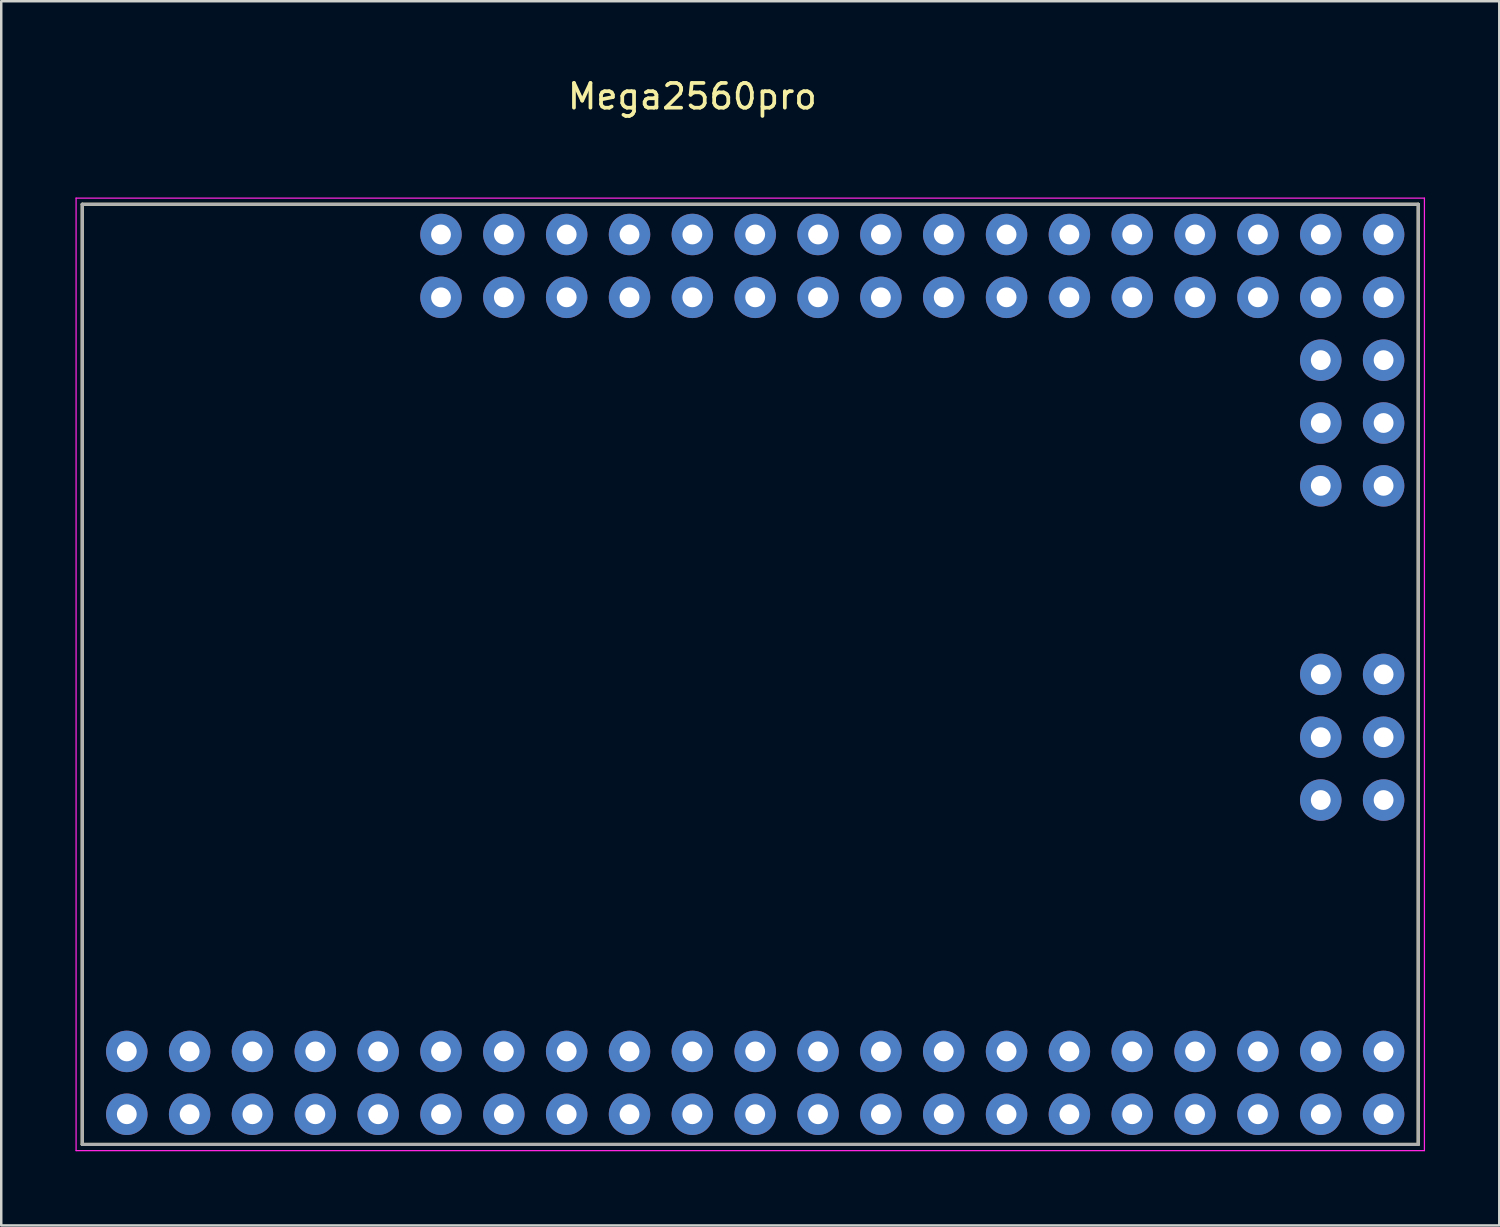
<source format=kicad_pcb>
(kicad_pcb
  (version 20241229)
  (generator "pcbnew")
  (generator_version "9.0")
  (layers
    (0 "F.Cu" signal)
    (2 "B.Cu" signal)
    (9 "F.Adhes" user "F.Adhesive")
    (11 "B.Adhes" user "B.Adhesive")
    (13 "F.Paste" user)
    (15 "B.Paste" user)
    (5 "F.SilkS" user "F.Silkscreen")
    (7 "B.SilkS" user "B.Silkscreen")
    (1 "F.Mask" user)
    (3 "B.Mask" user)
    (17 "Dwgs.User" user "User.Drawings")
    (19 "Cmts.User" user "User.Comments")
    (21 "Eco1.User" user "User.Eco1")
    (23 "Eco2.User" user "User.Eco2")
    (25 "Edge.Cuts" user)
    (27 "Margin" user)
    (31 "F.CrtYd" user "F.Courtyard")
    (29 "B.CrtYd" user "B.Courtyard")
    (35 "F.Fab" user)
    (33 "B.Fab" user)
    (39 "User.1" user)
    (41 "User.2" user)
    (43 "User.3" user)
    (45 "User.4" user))
  (footprint "Mega2560pro"
    (layer "F.Cu")
    (at 24.935 1.348)
    (property "Reference" "Mega2560pro" (at 0 -0.5 0) (unlocked yes) (layer "F.SilkS") (effects (font (size 1 1) (thickness 0.15))))
    (attr through_hole)
    (fp_line (start -24.66 3.86) (end 29.34 3.86) (stroke (width 0.127) (type solid)) (layer "F.SilkS"))
    (fp_line (start -24.66 41.86) (end -24.66 3.86) (stroke (width 0.127) (type solid)) (layer "F.SilkS"))
    (fp_line (start -24.66 41.86) (end 29.34 41.86) (stroke (width 0.127) (type solid)) (layer "F.SilkS"))
    (fp_line (start 29.34 41.86) (end 29.34 3.86) (stroke (width 0.127) (type solid)) (layer "F.SilkS"))
    (fp_line (start -24.91 3.61) (end 29.59 3.61) (stroke (width 0.05) (type solid)) (layer "F.CrtYd"))
    (fp_line (start -24.91 42.11) (end -24.91 3.61) (stroke (width 0.05) (type solid)) (layer "F.CrtYd"))
    (fp_line (start 29.59 3.61) (end 29.59 42.11) (stroke (width 0.05) (type solid)) (layer "F.CrtYd"))
    (fp_line (start 29.59 42.11) (end -24.91 42.11) (stroke (width 0.05) (type solid)) (layer "F.CrtYd"))
    (fp_line (start -24.66 3.86) (end 29.34 3.86) (stroke (width 0.127) (type solid)) (layer "F.Fab"))
    (fp_line (start -24.66 41.86) (end -24.66 3.86) (stroke (width 0.127) (type solid)) (layer "F.Fab"))
    (fp_line (start -24.66 41.86) (end 29.34 41.86) (stroke (width 0.127) (type solid)) (layer "F.Fab"))
    (fp_line (start 29.34 41.86) (end 29.34 3.86) (stroke (width 0.127) (type solid)) (layer "F.Fab"))
    (pad "3V3_1" thru_hole circle (at -15.24 40.64) (size 1.676 1.676) (drill 0.8) (layers "*.Cu" "*.Mask"))
    (pad "3V3_2" thru_hole circle (at -15.24 38.1) (size 1.676 1.676) (drill 0.8) (layers "*.Cu" "*.Mask"))
    (pad "5V_1" thru_hole circle (at -17.78 40.64) (size 1.676 1.676) (drill 0.8) (layers "*.Cu" "*.Mask"))
    (pad "5V_2" thru_hole circle (at -17.78 38.1) (size 1.676 1.676) (drill 0.8) (layers "*.Cu" "*.Mask"))
    (pad "5V_3" thru_hole circle (at 27.94 22.86) (size 1.676 1.676) (drill 0.8) (layers "*.Cu" "*.Mask"))
    (pad "A0" thru_hole circle (at -10.16 5.08) (size 1.676 1.676) (drill 0.8) (layers "*.Cu" "*.Mask"))
    (pad "A1" thru_hole circle (at -10.16 7.62) (size 1.676 1.676) (drill 0.8) (layers "*.Cu" "*.Mask"))
    (pad "A2" thru_hole circle (at -7.62 5.08) (size 1.676 1.676) (drill 0.8) (layers "*.Cu" "*.Mask"))
    (pad "A3" thru_hole circle (at -7.62 7.62) (size 1.676 1.676) (drill 0.8) (layers "*.Cu" "*.Mask"))
    (pad "A4" thru_hole circle (at -5.08 5.08) (size 1.676 1.676) (drill 0.8) (layers "*.Cu" "*.Mask"))
    (pad "A5" thru_hole circle (at -5.08 7.62) (size 1.676 1.676) (drill 0.8) (layers "*.Cu" "*.Mask"))
    (pad "A6" thru_hole circle (at -2.54 5.08) (size 1.676 1.676) (drill 0.8) (layers "*.Cu" "*.Mask"))
    (pad "A7" thru_hole circle (at -2.54 7.62) (size 1.676 1.676) (drill 0.8) (layers "*.Cu" "*.Mask"))
    (pad "A8" thru_hole circle (at 0 5.08) (size 1.676 1.676) (drill 0.8) (layers "*.Cu" "*.Mask"))
    (pad "A9" thru_hole circle (at 0 7.62) (size 1.676 1.676) (drill 0.8) (layers "*.Cu" "*.Mask"))
    (pad "A10" thru_hole circle (at 2.54 5.08) (size 1.676 1.676) (drill 0.8) (layers "*.Cu" "*.Mask"))
    (pad "A11" thru_hole circle (at 2.54 7.62) (size 1.676 1.676) (drill 0.8) (layers "*.Cu" "*.Mask"))
    (pad "A12" thru_hole circle (at 5.08 5.08) (size 1.676 1.676) (drill 0.8) (layers "*.Cu" "*.Mask"))
    (pad "A13" thru_hole circle (at 5.08 7.62) (size 1.676 1.676) (drill 0.8) (layers "*.Cu" "*.Mask"))
    (pad "A14" thru_hole circle (at 7.62 5.08) (size 1.676 1.676) (drill 0.8) (layers "*.Cu" "*.Mask"))
    (pad "A15" thru_hole circle (at 7.62 7.62) (size 1.676 1.676) (drill 0.8) (layers "*.Cu" "*.Mask"))
    (pad "AREF" thru_hole circle (at -12.7 38.1) (size 1.676 1.676) (drill 0.8) (layers "*.Cu" "*.Mask"))
    (pad "D2" thru_hole circle (at -7.62 38.1) (size 1.676 1.676) (drill 0.8) (layers "*.Cu" "*.Mask"))
    (pad "D3" thru_hole circle (at -7.62 40.64) (size 1.676 1.676) (drill 0.8) (layers "*.Cu" "*.Mask"))
    (pad "D4" thru_hole circle (at -5.08 38.1) (size 1.676 1.676) (drill 0.8) (layers "*.Cu" "*.Mask"))
    (pad "D5" thru_hole circle (at -5.08 40.64) (size 1.676 1.676) (drill 0.8) (layers "*.Cu" "*.Mask"))
    (pad "D6" thru_hole circle (at -2.54 38.1) (size 1.676 1.676) (drill 0.8) (layers "*.Cu" "*.Mask"))
    (pad "D7" thru_hole circle (at -2.54 40.64) (size 1.676 1.676) (drill 0.8) (layers "*.Cu" "*.Mask"))
    (pad "D8" thru_hole circle (at 0 38.1) (size 1.676 1.676) (drill 0.8) (layers "*.Cu" "*.Mask"))
    (pad "D9" thru_hole circle (at 0 40.64) (size 1.676 1.676) (drill 0.8) (layers "*.Cu" "*.Mask"))
    (pad "D10" thru_hole circle (at 2.54 38.1) (size 1.676 1.676) (drill 0.8) (layers "*.Cu" "*.Mask"))
    (pad "D11" thru_hole circle (at 2.54 40.64) (size 1.676 1.676) (drill 0.8) (layers "*.Cu" "*.Mask"))
    (pad "D12" thru_hole circle (at 5.08 38.1) (size 1.676 1.676) (drill 0.8) (layers "*.Cu" "*.Mask"))
    (pad "D13" thru_hole circle (at 5.08 40.64) (size 1.676 1.676) (drill 0.8) (layers "*.Cu" "*.Mask"))
    (pad "D14" thru_hole circle (at 7.62 38.1) (size 1.676 1.676) (drill 0.8) (layers "*.Cu" "*.Mask"))
    (pad "D15" thru_hole circle (at 7.62 40.64) (size 1.676 1.676) (drill 0.8) (layers "*.Cu" "*.Mask"))
    (pad "D16" thru_hole circle (at 10.16 38.1) (size 1.676 1.676) (drill 0.8) (layers "*.Cu" "*.Mask"))
    (pad "D17" thru_hole circle (at 10.16 40.64) (size 1.676 1.676) (drill 0.8) (layers "*.Cu" "*.Mask"))
    (pad "D18" thru_hole circle (at 12.7 38.1) (size 1.676 1.676) (drill 0.8) (layers "*.Cu" "*.Mask"))
    (pad "D19" thru_hole circle (at 12.7 40.64) (size 1.676 1.676) (drill 0.8) (layers "*.Cu" "*.Mask"))
    (pad "D20" thru_hole circle (at 15.24 38.1) (size 1.676 1.676) (drill 0.8) (layers "*.Cu" "*.Mask"))
    (pad "D21" thru_hole circle (at 15.24 40.64) (size 1.676 1.676) (drill 0.8) (layers "*.Cu" "*.Mask"))
    (pad "D22" thru_hole circle (at 17.78 38.1) (size 1.676 1.676) (drill 0.8) (layers "*.Cu" "*.Mask"))
    (pad "D23" thru_hole circle (at 17.78 40.64) (size 1.676 1.676) (drill 0.8) (layers "*.Cu" "*.Mask"))
    (pad "D24" thru_hole circle (at 20.32 38.1) (size 1.676 1.676) (drill 0.8) (layers "*.Cu" "*.Mask"))
    (pad "D25" thru_hole circle (at 20.32 40.64) (size 1.676 1.676) (drill 0.8) (layers "*.Cu" "*.Mask"))
    (pad "D26" thru_hole circle (at 22.86 38.1) (size 1.676 1.676) (drill 0.8) (layers "*.Cu" "*.Mask"))
    (pad "D27" thru_hole circle (at 22.86 40.64) (size 1.676 1.676) (drill 0.8) (layers "*.Cu" "*.Mask"))
    (pad "D28" thru_hole circle (at 25.4 38.1) (size 1.676 1.676) (drill 0.8) (layers "*.Cu" "*.Mask"))
    (pad "D29" thru_hole circle (at 25.4 40.64) (size 1.676 1.676) (drill 0.8) (layers "*.Cu" "*.Mask"))
    (pad "D30" thru_hole circle (at 27.94 38.1) (size 1.676 1.676) (drill 0.8) (layers "*.Cu" "*.Mask"))
    (pad "D31" thru_hole circle (at 27.94 40.64) (size 1.676 1.676) (drill 0.8) (layers "*.Cu" "*.Mask"))
    (pad "D32" thru_hole circle (at 10.16 5.08) (size 1.676 1.676) (drill 0.8) (layers "*.Cu" "*.Mask"))
    (pad "D33" thru_hole circle (at 10.16 7.62) (size 1.676 1.676) (drill 0.8) (layers "*.Cu" "*.Mask"))
    (pad "D34" thru_hole circle (at 12.7 5.08) (size 1.676 1.676) (drill 0.8) (layers "*.Cu" "*.Mask"))
    (pad "D35" thru_hole circle (at 12.7 7.62) (size 1.676 1.676) (drill 0.8) (layers "*.Cu" "*.Mask"))
    (pad "D36" thru_hole circle (at 15.24 5.08) (size 1.676 1.676) (drill 0.8) (layers "*.Cu" "*.Mask"))
    (pad "D37" thru_hole circle (at 15.24 7.62) (size 1.676 1.676) (drill 0.8) (layers "*.Cu" "*.Mask"))
    (pad "D38" thru_hole circle (at 17.78 5.08) (size 1.676 1.676) (drill 0.8) (layers "*.Cu" "*.Mask"))
    (pad "D39" thru_hole circle (at 17.78 7.62) (size 1.676 1.676) (drill 0.8) (layers "*.Cu" "*.Mask"))
    (pad "D40" thru_hole circle (at 20.32 5.08) (size 1.676 1.676) (drill 0.8) (layers "*.Cu" "*.Mask"))
    (pad "D41" thru_hole circle (at 20.32 7.62) (size 1.676 1.676) (drill 0.8) (layers "*.Cu" "*.Mask"))
    (pad "D42" thru_hole circle (at 22.86 5.08) (size 1.676 1.676) (drill 0.8) (layers "*.Cu" "*.Mask"))
    (pad "D43" thru_hole circle (at 22.86 7.62) (size 1.676 1.676) (drill 0.8) (layers "*.Cu" "*.Mask"))
    (pad "D44" thru_hole circle (at 25.4 5.08) (size 1.676 1.676) (drill 0.8) (layers "*.Cu" "*.Mask"))
    (pad "D45" thru_hole circle (at 25.4 7.62) (size 1.676 1.676) (drill 0.8) (layers "*.Cu" "*.Mask"))
    (pad "D46" thru_hole circle (at 27.94 5.08) (size 1.676 1.676) (drill 0.8) (layers "*.Cu" "*.Mask"))
    (pad "D47" thru_hole circle (at 27.94 7.62) (size 1.676 1.676) (drill 0.8) (layers "*.Cu" "*.Mask"))
    (pad "D48" thru_hole circle (at 27.94 10.16) (size 1.676 1.676) (drill 0.8) (layers "*.Cu" "*.Mask"))
    (pad "D49" thru_hole circle (at 25.4 10.16) (size 1.676 1.676) (drill 0.8) (layers "*.Cu" "*.Mask"))
    (pad "D50" thru_hole circle (at 27.94 12.7) (size 1.676 1.676) (drill 0.8) (layers "*.Cu" "*.Mask"))
    (pad "D51" thru_hole circle (at 25.4 12.7) (size 1.676 1.676) (drill 0.8) (layers "*.Cu" "*.Mask"))
    (pad "D52" thru_hole circle (at 27.94 15.24) (size 1.676 1.676) (drill 0.8) (layers "*.Cu" "*.Mask"))
    (pad "D53" thru_hole circle (at 25.4 15.24) (size 1.676 1.676) (drill 0.8) (layers "*.Cu" "*.Mask"))
    (pad "GND_1" thru_hole circle (at -20.32 40.64) (size 1.676 1.676) (drill 0.8) (layers "*.Cu" "*.Mask"))
    (pad "GND_2" thru_hole circle (at -20.32 38.1) (size 1.676 1.676) (drill 0.8) (layers "*.Cu" "*.Mask"))
    (pad "GND_3" thru_hole circle (at 27.94 27.94) (size 1.676 1.676) (drill 0.8) (layers "*.Cu" "*.Mask"))
    (pad "MISO" thru_hole circle (at 25.4 22.86) (size 1.676 1.676) (drill 0.8) (layers "*.Cu" "*.Mask"))
    (pad "MOSI" thru_hole circle (at 27.94 25.4) (size 1.676 1.676) (drill 0.8) (layers "*.Cu" "*.Mask"))
    (pad "RESET" thru_hole circle (at 25.4 27.94) (size 1.676 1.676) (drill 0.8) (layers "*.Cu" "*.Mask"))
    (pad "RST" thru_hole circle (at -12.7 40.64) (size 1.676 1.676) (drill 0.8) (layers "*.Cu" "*.Mask"))
    (pad "RX" thru_hole circle (at -10.16 38.1) (size 1.676 1.676) (drill 0.8) (layers "*.Cu" "*.Mask"))
    (pad "SCK" thru_hole circle (at 25.4 25.4) (size 1.676 1.676) (drill 0.8) (layers "*.Cu" "*.Mask"))
    (pad "TX" thru_hole circle (at -10.16 40.64) (size 1.676 1.676) (drill 0.8) (layers "*.Cu" "*.Mask"))
    (pad "VIN_1" thru_hole circle (at -22.86 40.64) (size 1.676 1.676) (drill 0.8) (layers "*.Cu" "*.Mask"))
    (pad "VIN_2" thru_hole circle (at -22.86 38.1) (size 1.676 1.676) (drill 0.8) (layers "*.Cu" "*.Mask")))
  (gr_rect
    (start -3 -3)
    (end 57.55 46.483)
    (stroke (width 0.1) (type default))
    (fill no)
    (layer "Edge.Cuts")))
</source>
